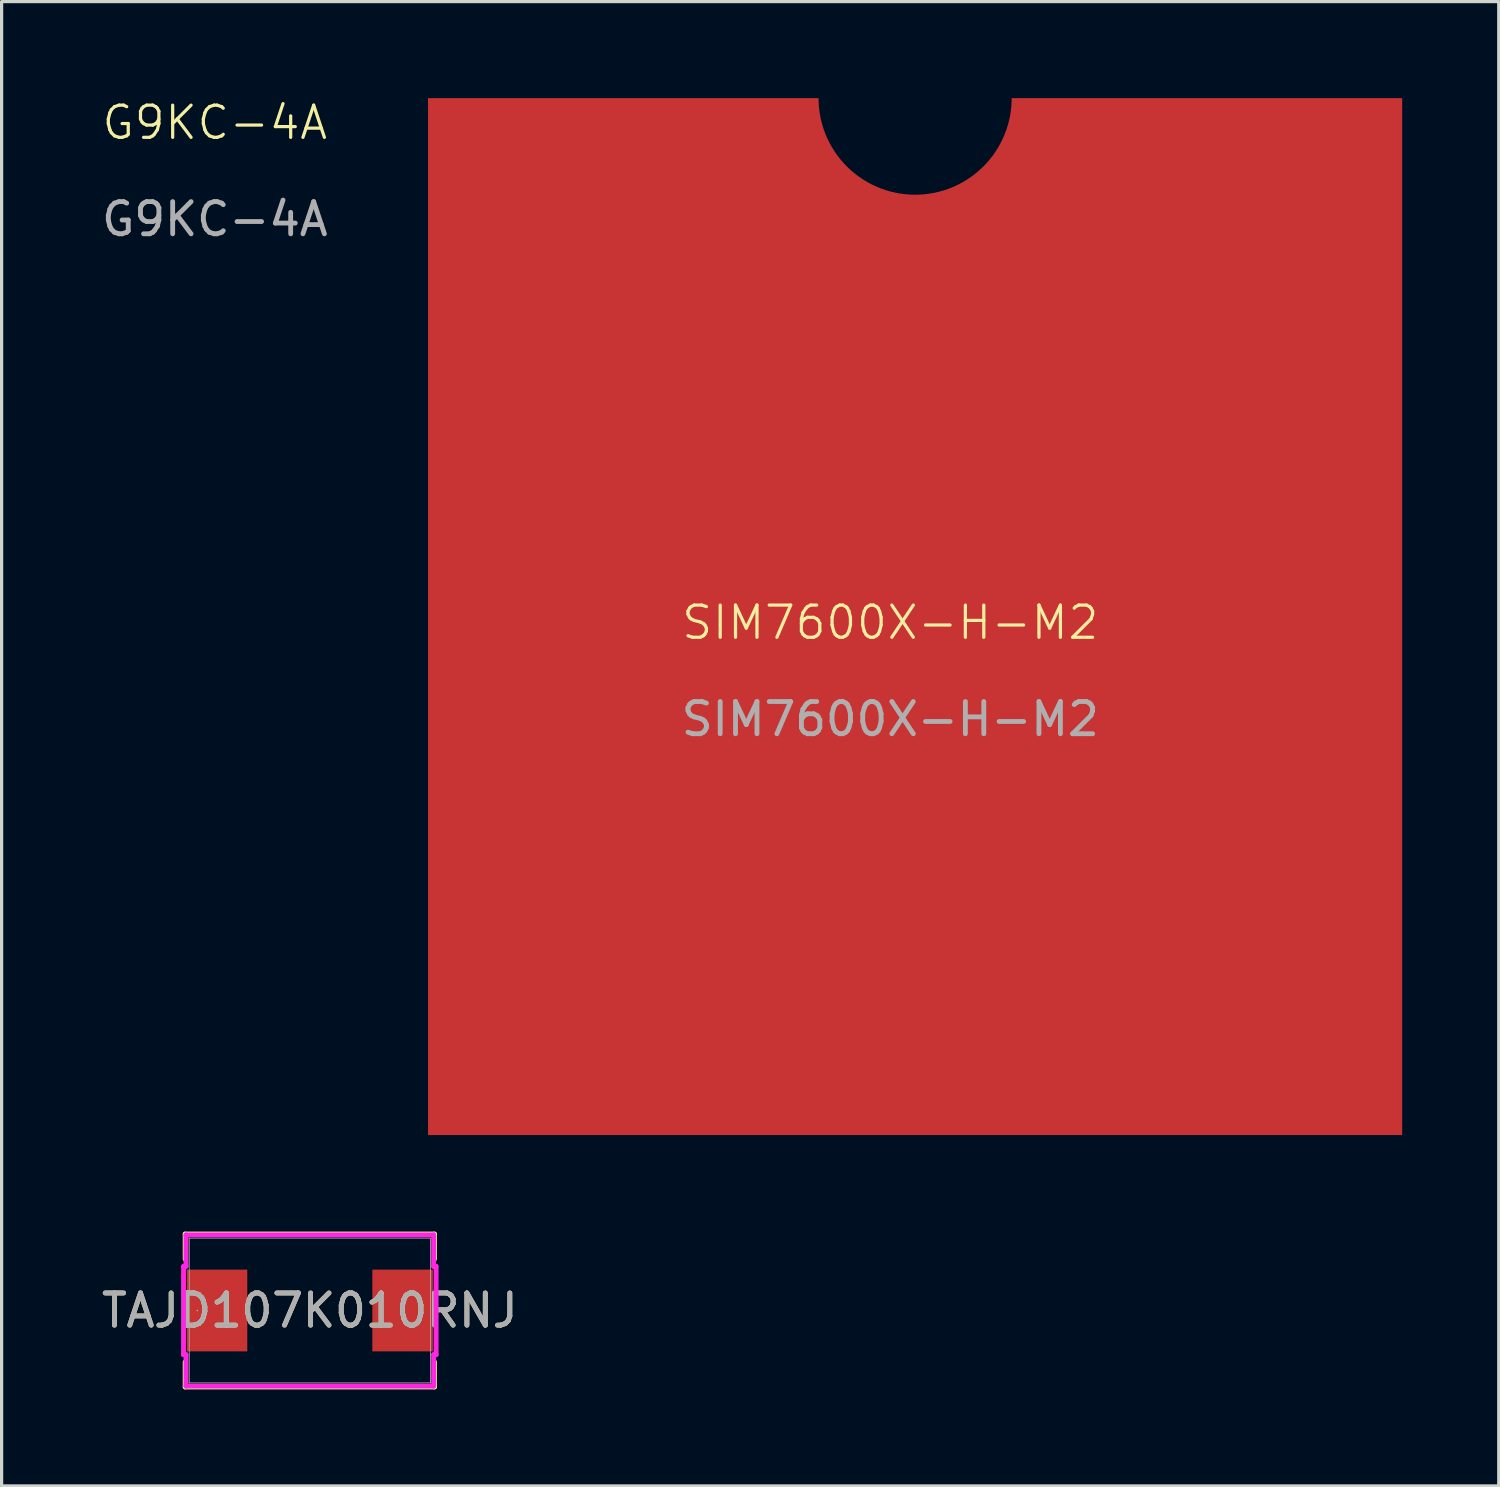
<source format=kicad_pcb>
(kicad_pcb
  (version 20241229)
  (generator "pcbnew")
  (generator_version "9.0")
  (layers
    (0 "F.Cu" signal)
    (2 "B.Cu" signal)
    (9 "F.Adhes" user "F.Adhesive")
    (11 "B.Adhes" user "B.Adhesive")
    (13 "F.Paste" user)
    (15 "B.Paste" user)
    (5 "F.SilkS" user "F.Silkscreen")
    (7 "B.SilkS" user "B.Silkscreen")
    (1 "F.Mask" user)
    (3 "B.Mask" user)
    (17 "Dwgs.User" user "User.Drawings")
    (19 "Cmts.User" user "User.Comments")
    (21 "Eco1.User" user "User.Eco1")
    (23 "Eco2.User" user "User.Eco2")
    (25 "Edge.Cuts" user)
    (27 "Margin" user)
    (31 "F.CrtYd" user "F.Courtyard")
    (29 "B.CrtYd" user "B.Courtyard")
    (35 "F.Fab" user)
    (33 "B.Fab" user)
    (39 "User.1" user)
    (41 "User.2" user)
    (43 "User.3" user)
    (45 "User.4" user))
  (footprint "SIM7600X-H-M2"
    (layer "F.Cu")
    (at 24.614 16.794)
    (property "Reference" "SIM7600X-H-M2" (at 0 -0.5 0) (unlocked yes) (layer "F.SilkS") (effects (font (size 1 1) (thickness 0.1))))
    (attr smd)
    (fp_text user "${REFERENCE}" (at 0 2.5 0) (unlocked yes) (layer "F.Fab") (effects (font (size 1 1) (thickness 0.15))))
    (pad "1" smd custom (at 0 0) (size 15 15) (layers "F.Cu" "F.Mask" "F.Paste") (options (anchor circle)) (primitives (gr_poly (pts (xy -14.364 15.426) (xy -14.364 -16.794) (arc (start -2.229 -16.794) (mid 0.771 -13.794) (end 3.771 -16.794)) (xy 15.906 -16.794) (xy 15.906 15.426)) (width 0) (fill yes)))))
  (footprint "G9KC-4A"
    (layer "F.Cu")
    (at 3.625 1.26)
    (property "Reference" "G9KC-4A" (at 0 -0.5 0) (unlocked yes) (layer "F.SilkS") (effects (font (size 1 1) (thickness 0.1))))
    (attr through_hole)
    (fp_text user "${REFERENCE}" (at 0 2.5 0) (unlocked yes) (layer "F.Fab") (effects (font (size 1 1) (thickness 0.15)))))
  (footprint "TAJD107K010RNJ"
    (layer "F.Cu")
    (at 6.577 37.671)
    (property "Reference" "TAJD107K010RNJ" (at 0 0 0) (unlocked yes) (layer "F.SilkS") (effects (font (size 1 1) (thickness 0.15))))
    (attr smd)
    (fp_line (start -3.873 -2.375) (end -3.873 -1.599) (stroke (width 0.152) (type solid)) (layer "F.SilkS"))
    (fp_line (start -3.873 1.599) (end -3.873 2.375) (stroke (width 0.152) (type solid)) (layer "F.SilkS"))
    (fp_line (start -3.873 2.375) (end 3.873 2.375) (stroke (width 0.152) (type solid)) (layer "F.SilkS"))
    (fp_line (start 3.873 -2.375) (end -3.873 -2.375) (stroke (width 0.152) (type solid)) (layer "F.SilkS"))
    (fp_line (start 3.873 -1.599) (end 3.873 -2.375) (stroke (width 0.152) (type solid)) (layer "F.SilkS"))
    (fp_line (start 3.873 2.375) (end 3.873 1.599) (stroke (width 0.152) (type solid)) (layer "F.SilkS"))
    (fp_line (start -3.924 -1.372) (end -3.848 -1.372) (stroke (width 0.152) (type solid)) (layer "F.CrtYd"))
    (fp_line (start -3.924 1.372) (end -3.924 -1.372) (stroke (width 0.152) (type solid)) (layer "F.CrtYd"))
    (fp_line (start -3.848 -2.349) (end 3.848 -2.349) (stroke (width 0.152) (type solid)) (layer "F.CrtYd"))
    (fp_line (start -3.848 -1.372) (end -3.848 -2.349) (stroke (width 0.152) (type solid)) (layer "F.CrtYd"))
    (fp_line (start -3.848 1.372) (end -3.924 1.372) (stroke (width 0.152) (type solid)) (layer "F.CrtYd"))
    (fp_line (start -3.848 2.349) (end -3.848 1.372) (stroke (width 0.152) (type solid)) (layer "F.CrtYd"))
    (fp_line (start 3.848 -2.349) (end 3.848 -1.372) (stroke (width 0.152) (type solid)) (layer "F.CrtYd"))
    (fp_line (start 3.848 -1.372) (end 3.924 -1.372) (stroke (width 0.152) (type solid)) (layer "F.CrtYd"))
    (fp_line (start 3.848 1.372) (end 3.848 2.349) (stroke (width 0.152) (type solid)) (layer "F.CrtYd"))
    (fp_line (start 3.848 2.349) (end -3.848 2.349) (stroke (width 0.152) (type solid)) (layer "F.CrtYd"))
    (fp_line (start 3.924 -1.372) (end 3.924 1.372) (stroke (width 0.152) (type solid)) (layer "F.CrtYd"))
    (fp_line (start 3.924 1.372) (end 3.848 1.372) (stroke (width 0.152) (type solid)) (layer "F.CrtYd"))
    (fp_line (start -3.747 -2.248) (end -3.747 2.248) (stroke (width 0.025) (type solid)) (layer "F.Fab"))
    (fp_line (start -3.747 2.248) (end 3.747 2.248) (stroke (width 0.025) (type solid)) (layer "F.Fab"))
    (fp_line (start 3.747 -2.248) (end -3.747 -2.248) (stroke (width 0.025) (type solid)) (layer "F.Fab"))
    (fp_line (start 3.747 2.248) (end 3.747 -2.248) (stroke (width 0.025) (type solid)) (layer "F.Fab"))
    (fp_circle (center -3.493 0) (end -3.493 0) (stroke (width 0.025) (type solid)) (fill no) (layer "F.Fab"))
    (fp_text user "${REFERENCE}" (at 0 0 0) (unlocked yes) (layer "F.Fab") (effects (font (size 1 1) (thickness 0.15))))
    (pad "1" smd rect (at -2.883 0 90) (size 2.54 1.88) (layers "F.Cu" "F.Mask" "F.Paste"))
    (pad "2" smd rect (at 2.883 0 90) (size 2.54 1.88) (layers "F.Cu" "F.Mask" "F.Paste"))
    (zone (net_name "") (layer "F.Cu") (hatch full 0.508) (connect_pads) (min_thickness 0.254) (filled_areas_thickness no) (keepout (tracks not_allowed) (vias not_allowed) (pads allowed) (copperpour not_allowed) (footprints allowed)) (placement (enabled no)) (fill) (polygon (pts (xy 2.882 35.474) (xy 10.273 35.474) (xy 10.273 36.325) (xy 2.882 36.325))))
    (zone (net_name "") (layer "F.Cu") (hatch full 0.508) (connect_pads) (min_thickness 0.254) (filled_areas_thickness no) (keepout (tracks not_allowed) (vias not_allowed) (pads allowed) (copperpour not_allowed) (footprints allowed)) (placement (enabled no)) (fill) (polygon (pts (xy 2.882 39.017) (xy 10.273 39.017) (xy 10.273 39.868) (xy 2.882 39.868))))
    (zone (net_name "") (layer "F.Cu") (hatch full 0.508) (connect_pads) (min_thickness 0.254) (filled_areas_thickness no) (keepout (tracks not_allowed) (vias not_allowed) (pads allowed) (copperpour not_allowed) (footprints allowed)) (placement (enabled no)) (fill) (polygon (pts (xy 4.685 36.325) (xy 8.47 36.325) (xy 8.47 39.017) (xy 4.685 39.017)))))
  (gr_rect
    (start -3 -3)
    (end 43.52 43.122)
    (stroke (width 0.1) (type default))
    (fill no)
    (layer "Edge.Cuts")))
</source>
